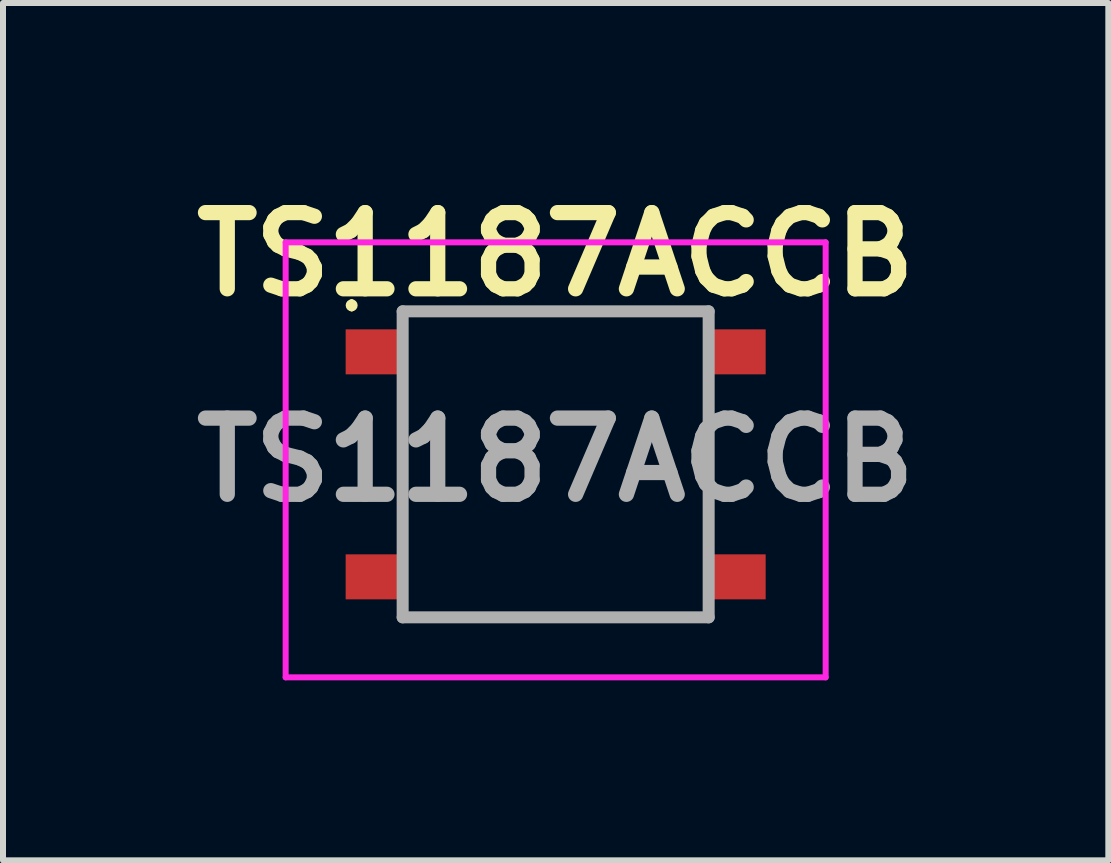
<source format=kicad_pcb>
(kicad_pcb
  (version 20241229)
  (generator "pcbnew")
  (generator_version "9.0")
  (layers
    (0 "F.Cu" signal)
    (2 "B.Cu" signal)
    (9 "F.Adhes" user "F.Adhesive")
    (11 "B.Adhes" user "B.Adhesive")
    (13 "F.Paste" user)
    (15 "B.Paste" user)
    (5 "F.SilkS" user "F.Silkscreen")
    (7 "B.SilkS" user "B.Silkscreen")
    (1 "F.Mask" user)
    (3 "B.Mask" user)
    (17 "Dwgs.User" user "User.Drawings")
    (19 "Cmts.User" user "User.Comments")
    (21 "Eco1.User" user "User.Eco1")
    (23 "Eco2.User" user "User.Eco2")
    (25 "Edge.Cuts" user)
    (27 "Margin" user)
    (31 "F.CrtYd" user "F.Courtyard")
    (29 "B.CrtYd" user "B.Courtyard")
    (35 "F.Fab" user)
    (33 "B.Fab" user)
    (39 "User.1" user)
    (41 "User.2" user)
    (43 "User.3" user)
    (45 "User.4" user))
  (footprint "TS1187ACCB"
    (layer "F.Cu")
    (at 6.211 4.689)
    (property "Reference" "TS1187ACCB" (at 0 -3.5 0) (layer "F.SilkS") (effects (font (size 1.27 1.27) (thickness 0.254))))
    (attr smd)
    (fp_line (start -3.4 -2.7) (end -3.4 -2.7) (stroke (width 0.1) (type solid)) (layer "F.SilkS"))
    (fp_line (start -3.4 -2.6) (end -3.4 -2.6) (stroke (width 0.1) (type solid)) (layer "F.SilkS"))
    (fp_line (start -2.55 1.2) (end -2.55 -1) (stroke (width 0.1) (type solid)) (layer "F.SilkS"))
    (fp_line (start -2.4 2.55) (end 2.2 2.55) (stroke (width 0.1) (type solid)) (layer "F.SilkS"))
    (fp_line (start -2.2 -2.55) (end 2 -2.55) (stroke (width 0.1) (type solid)) (layer "F.SilkS"))
    (fp_line (start 2.55 -1.2) (end 2.55 1) (stroke (width 0.1) (type solid)) (layer "F.SilkS"))
    (fp_arc (start -3.4 -2.7) (mid -3.35 -2.65) (end -3.4 -2.6) (stroke (width 0.1) (type solid)) (layer "F.SilkS"))
    (fp_arc (start -3.4 -2.6) (mid -3.45 -2.65) (end -3.4 -2.7) (stroke (width 0.1) (type solid)) (layer "F.SilkS"))
    (fp_line (start -4.5 -3.7) (end 4.5 -3.7) (stroke (width 0.1) (type solid)) (layer "F.CrtYd"))
    (fp_line (start -4.5 3.55) (end -4.5 -3.7) (stroke (width 0.1) (type solid)) (layer "F.CrtYd"))
    (fp_line (start 4.5 -3.7) (end 4.5 3.55) (stroke (width 0.1) (type solid)) (layer "F.CrtYd"))
    (fp_line (start 4.5 3.55) (end -4.5 3.55) (stroke (width 0.1) (type solid)) (layer "F.CrtYd"))
    (fp_line (start -2.55 -2.55) (end 2.55 -2.55) (stroke (width 0.2) (type solid)) (layer "F.Fab"))
    (fp_line (start -2.55 2.55) (end -2.55 -2.55) (stroke (width 0.2) (type solid)) (layer "F.Fab"))
    (fp_line (start 2.55 -2.55) (end 2.55 2.55) (stroke (width 0.2) (type solid)) (layer "F.Fab"))
    (fp_line (start 2.55 2.55) (end -2.55 2.55) (stroke (width 0.2) (type solid)) (layer "F.Fab"))
    (fp_text user "${REFERENCE}" (at 0 -0.075 0) (layer "F.Fab") (effects (font (size 1.27 1.27) (thickness 0.254))))
    (pad "1" smd rect (at -3 -1.875 90) (size 0.75 1) (layers "F.Cu" "F.Mask" "F.Paste"))
    (pad "1" smd rect (at 3 -1.875 90) (size 0.75 1) (layers "F.Cu" "F.Mask" "F.Paste"))
    (pad "2" smd rect (at -3 1.875 90) (size 0.75 1) (layers "F.Cu" "F.Mask" "F.Paste"))
    (pad "2" smd rect (at 3 1.875 90) (size 0.75 1) (layers "F.Cu" "F.Mask" "F.Paste")))
  (gr_rect
    (start -3 -3)
    (end 15.422 11.289)
    (stroke (width 0.1) (type default))
    (fill no)
    (layer "Edge.Cuts")))
</source>
